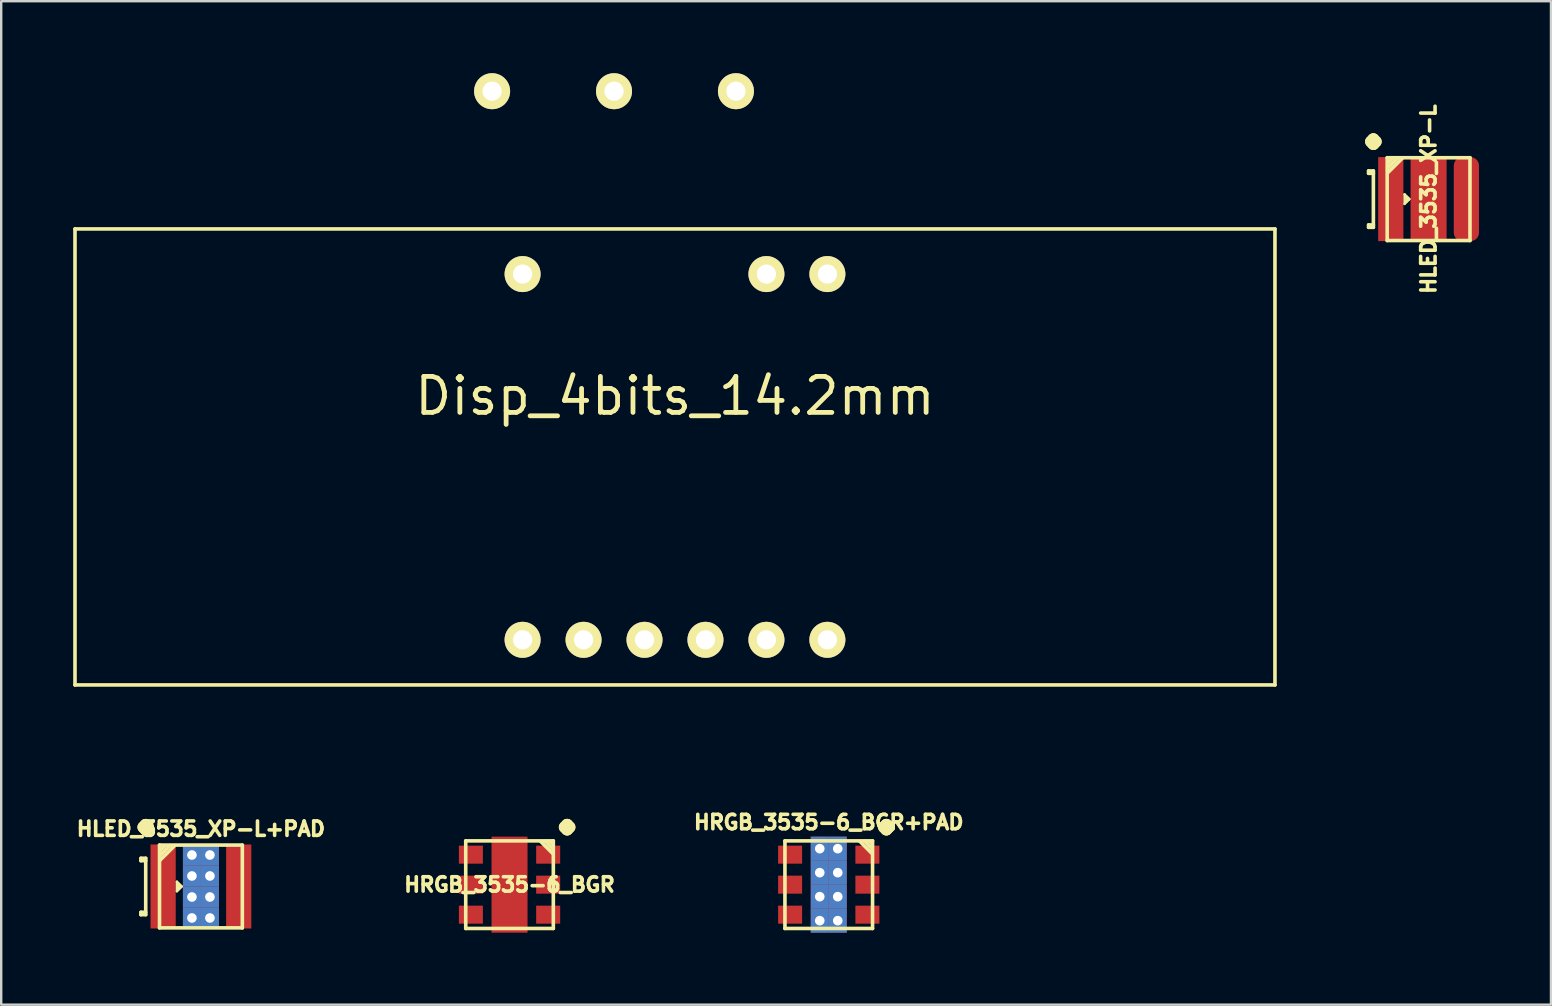
<source format=kicad_pcb>
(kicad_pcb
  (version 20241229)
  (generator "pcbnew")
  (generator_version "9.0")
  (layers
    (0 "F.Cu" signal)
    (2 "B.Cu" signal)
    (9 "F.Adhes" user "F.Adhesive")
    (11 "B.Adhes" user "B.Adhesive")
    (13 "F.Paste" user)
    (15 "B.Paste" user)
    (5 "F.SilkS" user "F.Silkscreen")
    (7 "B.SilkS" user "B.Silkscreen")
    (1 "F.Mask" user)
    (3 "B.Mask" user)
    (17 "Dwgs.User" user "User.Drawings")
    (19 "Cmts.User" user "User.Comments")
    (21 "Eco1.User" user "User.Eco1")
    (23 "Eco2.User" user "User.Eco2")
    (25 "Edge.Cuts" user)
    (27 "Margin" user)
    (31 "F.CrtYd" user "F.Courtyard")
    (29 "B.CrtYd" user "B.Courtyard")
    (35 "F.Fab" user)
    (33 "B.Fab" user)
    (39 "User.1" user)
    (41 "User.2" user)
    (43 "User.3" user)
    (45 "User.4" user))
  (footprint "HLED_3535_XP-L+PAD"
    (layer "F.Cu")
    (at 5.322 33.888)
    (property "Reference" "HLED_3535_XP-L+PAD" (at 0 -2.4 0) (layer "F.SilkS") (effects (font (size 0.6 0.6) (thickness 0.15))))
    (attr through_hole)
    (fp_line (start -2.5 -1.175) (end -2.3 -1.175) (stroke (width 0.15) (type default)) (layer "F.SilkS"))
    (fp_line (start -2.5 -1.075) (end -2.5 -1.175) (stroke (width 0.15) (type default)) (layer "F.SilkS"))
    (fp_line (start -2.5 1.075) (end -2.3 1.075) (stroke (width 0.15) (type default)) (layer "F.SilkS"))
    (fp_line (start -2.5 1.175) (end -2.5 1.075) (stroke (width 0.15) (type default)) (layer "F.SilkS"))
    (fp_line (start -2.3 -1.075) (end -2.5 -1.075) (stroke (width 0.15) (type default)) (layer "F.SilkS"))
    (fp_line (start -2.3 1.175) (end -2.5 1.175) (stroke (width 0.15) (type default)) (layer "F.SilkS"))
    (fp_line (start -2.3 1.175) (end -2.3 -1.175) (stroke (width 0.15) (type default)) (layer "F.SilkS"))
    (fp_line (start -1.725 -1.725) (end 1.725 -1.725) (stroke (width 0.15) (type solid)) (layer "F.SilkS"))
    (fp_line (start -1.725 1.725) (end -1.725 -1.725) (stroke (width 0.15) (type solid)) (layer "F.SilkS"))
    (fp_line (start -1.5 -1.7) (end -1.7 -1.5) (stroke (width 0.15) (type solid)) (layer "F.SilkS"))
    (fp_line (start -1.3 -1.7) (end -1.7 -1.3) (stroke (width 0.15) (type solid)) (layer "F.SilkS"))
    (fp_line (start -1.1 -1.7) (end -1.7 -1.1) (stroke (width 0.15) (type solid)) (layer "F.SilkS"))
    (fp_line (start -1 -0.2) (end -0.8 0) (stroke (width 0.1) (type default)) (layer "F.SilkS"))
    (fp_line (start -1 0.2) (end -1 -0.2) (stroke (width 0.1) (type default)) (layer "F.SilkS"))
    (fp_line (start -0.95 -0.1) (end -0.85 0) (stroke (width 0.15) (type default)) (layer "F.SilkS"))
    (fp_line (start -0.85 0) (end -0.95 0.1) (stroke (width 0.15) (type default)) (layer "F.SilkS"))
    (fp_line (start -0.8 0) (end -1 0.2) (stroke (width 0.1) (type default)) (layer "F.SilkS"))
    (fp_line (start 1.725 -1.725) (end 1.725 1.725) (stroke (width 0.15) (type solid)) (layer "F.SilkS"))
    (fp_line (start 1.725 1.725) (end -1.725 1.725) (stroke (width 0.15) (type solid)) (layer "F.SilkS"))
    (fp_text user "." (at -2.3 -3.275 0) (layer "F.SilkS") (effects (font (size 2 2) (thickness 0.5))))
    (pad "A" smd rect (at -1.575 0) (size 1.05 3.5) (layers "F.Cu" "F.Mask" "F.Paste"))
    (pad "C" smd rect (at 1.575 0) (size 1.05 3.5) (layers "F.Cu" "F.Mask" "F.Paste"))
    (pad "PAD" thru_hole rect (at -0.375 -1.312) (size 0.75 0.875) (drill 0.4) (layers "*.Cu" "*.Mask" "F.Paste"))
    (pad "PAD" thru_hole rect (at -0.375 -0.438) (size 0.75 0.875) (drill 0.4) (layers "*.Cu" "*.Mask" "F.Paste"))
    (pad "PAD" thru_hole rect (at -0.375 0.438) (size 0.75 0.875) (drill 0.4) (layers "*.Cu" "*.Mask" "F.Paste"))
    (pad "PAD" thru_hole rect (at -0.375 1.312) (size 0.75 0.875) (drill 0.4) (layers "*.Cu" "*.Mask" "F.Paste"))
    (pad "PAD" thru_hole rect (at 0.375 -1.312) (size 0.75 0.875) (drill 0.4) (layers "*.Cu" "*.Mask" "F.Paste"))
    (pad "PAD" thru_hole rect (at 0.375 -0.438) (size 0.75 0.875) (drill 0.4) (layers "*.Cu" "*.Mask" "F.Paste"))
    (pad "PAD" thru_hole rect (at 0.375 0.438) (size 0.75 0.875) (drill 0.4) (layers "*.Cu" "*.Mask" "F.Paste"))
    (pad "PAD" thru_hole rect (at 0.375 1.312) (size 0.75 0.875) (drill 0.4) (layers "*.Cu" "*.Mask" "F.Paste")))
  (footprint "HLED_3535_XP-L"
    (layer "F.Cu")
    (at 56.476 5.247)
    (property "Reference" "HLED_3535_XP-L" (at 0 0 90) (layer "F.SilkS") (effects (font (size 0.6 0.6) (thickness 0.15))))
    (attr through_hole)
    (fp_line (start -2.5 -1.175) (end -2.3 -1.175) (stroke (width 0.15) (type default)) (layer "F.SilkS"))
    (fp_line (start -2.5 -1.075) (end -2.5 -1.175) (stroke (width 0.15) (type default)) (layer "F.SilkS"))
    (fp_line (start -2.5 1.075) (end -2.3 1.075) (stroke (width 0.15) (type default)) (layer "F.SilkS"))
    (fp_line (start -2.5 1.175) (end -2.5 1.075) (stroke (width 0.15) (type default)) (layer "F.SilkS"))
    (fp_line (start -2.3 -1.075) (end -2.5 -1.075) (stroke (width 0.15) (type default)) (layer "F.SilkS"))
    (fp_line (start -2.3 1.175) (end -2.5 1.175) (stroke (width 0.15) (type default)) (layer "F.SilkS"))
    (fp_line (start -2.3 1.175) (end -2.3 -1.175) (stroke (width 0.15) (type default)) (layer "F.SilkS"))
    (fp_line (start -1.725 -1.725) (end 1.725 -1.725) (stroke (width 0.15) (type solid)) (layer "F.SilkS"))
    (fp_line (start -1.725 1.725) (end -1.725 -1.725) (stroke (width 0.15) (type solid)) (layer "F.SilkS"))
    (fp_line (start -1.5 -1.7) (end -1.7 -1.5) (stroke (width 0.15) (type solid)) (layer "F.SilkS"))
    (fp_line (start -1.3 -1.7) (end -1.7 -1.3) (stroke (width 0.15) (type solid)) (layer "F.SilkS"))
    (fp_line (start -1.1 -1.7) (end -1.7 -1.1) (stroke (width 0.15) (type solid)) (layer "F.SilkS"))
    (fp_line (start -1 -0.2) (end -0.8 0) (stroke (width 0.1) (type default)) (layer "F.SilkS"))
    (fp_line (start -1 0.2) (end -1 -0.2) (stroke (width 0.1) (type default)) (layer "F.SilkS"))
    (fp_line (start -0.95 -0.1) (end -0.85 0) (stroke (width 0.15) (type default)) (layer "F.SilkS"))
    (fp_line (start -0.85 0) (end -0.95 0.1) (stroke (width 0.15) (type default)) (layer "F.SilkS"))
    (fp_line (start -0.8 0) (end -1 0.2) (stroke (width 0.1) (type default)) (layer "F.SilkS"))
    (fp_line (start 1.725 -1.725) (end 1.725 1.725) (stroke (width 0.15) (type solid)) (layer "F.SilkS"))
    (fp_line (start 1.725 1.725) (end -1.725 1.725) (stroke (width 0.15) (type solid)) (layer "F.SilkS"))
    (fp_text user "." (at -2.3 -3.2 0) (layer "F.SilkS") (effects (font (size 2 2) (thickness 0.5))))
    (pad "A" smd rect (at -1.575 0) (size 1.05 3.5) (layers "F.Cu" "F.Mask" "F.Paste"))
    (pad "C" smd roundrect (at 1.575 0) (size 1.05 3.5) (layers "F.Cu" "F.Mask" "F.Paste") (roundrect_rratio 0.333))
    (pad "PAD" smd rect (at 0 0) (size 1.5 3.5) (layers "F.Cu" "F.Mask" "F.Paste")))
  (footprint "HRGB_3535-6_BGR"
    (layer "F.Cu")
    (at 18.181 33.812)
    (property "Reference" "HRGB_3535-6_BGR" (at 0 0 0) (layer "F.SilkS") (effects (font (size 0.6 0.6) (thickness 0.15))))
    (attr through_hole)
    (fp_line (start -1.825 -1.825) (end 1.825 -1.825) (stroke (width 0.15) (type solid)) (layer "F.SilkS"))
    (fp_line (start -1.825 1.825) (end -1.825 -1.825) (stroke (width 0.15) (type solid)) (layer "F.SilkS"))
    (fp_line (start 1.3 -1.8) (end 1.8 -1.3) (stroke (width 0.15) (type solid)) (layer "F.SilkS"))
    (fp_line (start 1.5 -1.8) (end 1.8 -1.5) (stroke (width 0.15) (type solid)) (layer "F.SilkS"))
    (fp_line (start 1.7 -1.8) (end 1.8 -1.7) (stroke (width 0.15) (type solid)) (layer "F.SilkS"))
    (fp_line (start 1.825 -1.825) (end 1.825 1.825) (stroke (width 0.15) (type solid)) (layer "F.SilkS"))
    (fp_line (start 1.825 1.825) (end -1.825 1.825) (stroke (width 0.15) (type solid)) (layer "F.SilkS"))
    (fp_text user "." (at 2.4 -3.2 0) (layer "F.SilkS") (effects (font (size 2 2) (thickness 0.5))))
    (pad "BA" smd rect (at -1.61 -1.25) (size 1 0.75) (layers "F.Cu" "F.Mask" "F.Paste"))
    (pad "BC" smd rect (at 1.61 -1.25) (size 1 0.75) (layers "F.Cu" "F.Mask" "F.Paste"))
    (pad "GA" smd rect (at -1.61 0) (size 1 0.75) (layers "F.Cu" "F.Mask" "F.Paste"))
    (pad "GC" smd rect (at 1.61 0) (size 1 0.75) (layers "F.Cu" "F.Mask" "F.Paste"))
    (pad "PAD" smd rect (at 0 0) (size 1.5 4) (layers "F.Cu" "F.Mask" "F.Paste"))
    (pad "RA" smd rect (at -1.61 1.25) (size 1 0.75) (layers "F.Cu" "F.Mask" "F.Paste"))
    (pad "RC" smd rect (at 1.61 1.25) (size 1 0.75) (layers "F.Cu" "F.Mask" "F.Paste")))
  (footprint "HRGB_3535-6_BGR+PAD"
    (layer "F.Cu")
    (at 31.482 33.812)
    (property "Reference" "HRGB_3535-6_BGR+PAD" (at 0 -2.6 0) (layer "F.SilkS") (effects (font (size 0.6 0.6) (thickness 0.15))))
    (attr through_hole)
    (fp_line (start -1.825 -1.825) (end 1.825 -1.825) (stroke (width 0.15) (type solid)) (layer "F.SilkS"))
    (fp_line (start -1.825 1.825) (end -1.825 -1.825) (stroke (width 0.15) (type solid)) (layer "F.SilkS"))
    (fp_line (start 1.3 -1.8) (end 1.8 -1.3) (stroke (width 0.15) (type solid)) (layer "F.SilkS"))
    (fp_line (start 1.5 -1.8) (end 1.8 -1.5) (stroke (width 0.15) (type solid)) (layer "F.SilkS"))
    (fp_line (start 1.7 -1.8) (end 1.8 -1.7) (stroke (width 0.15) (type solid)) (layer "F.SilkS"))
    (fp_line (start 1.825 -1.825) (end 1.825 1.825) (stroke (width 0.15) (type solid)) (layer "F.SilkS"))
    (fp_line (start 1.825 1.825) (end -1.825 1.825) (stroke (width 0.15) (type solid)) (layer "F.SilkS"))
    (fp_text user "." (at 2.4 -3.2 0) (layer "F.SilkS") (effects (font (size 2 2) (thickness 0.5))))
    (pad "BA" smd rect (at -1.61 -1.25) (size 1 0.75) (layers "F.Cu" "F.Mask" "F.Paste"))
    (pad "BC" smd rect (at 1.61 -1.25) (size 1 0.75) (layers "F.Cu" "F.Mask" "F.Paste"))
    (pad "GA" smd rect (at -1.61 0) (size 1 0.75) (layers "F.Cu" "F.Mask" "F.Paste"))
    (pad "GC" smd rect (at 1.61 0) (size 1 0.75) (layers "F.Cu" "F.Mask" "F.Paste"))
    (pad "PAD" thru_hole rect (at -0.375 -1.5) (size 0.75 1) (drill 0.4) (layers "*.Cu" "*.Mask" "F.Paste"))
    (pad "PAD" thru_hole rect (at -0.375 -0.5) (size 0.75 1) (drill 0.4) (layers "*.Cu" "*.Mask" "F.Paste"))
    (pad "PAD" thru_hole rect (at -0.375 0.5) (size 0.75 1) (drill 0.4) (layers "*.Cu" "*.Mask" "F.Paste"))
    (pad "PAD" thru_hole rect (at -0.375 1.5) (size 0.75 1) (drill 0.4) (layers "*.Cu" "*.Mask" "F.Paste"))
    (pad "PAD" thru_hole rect (at 0.375 -1.5) (size 0.75 1) (drill 0.4) (layers "*.Cu" "*.Mask" "F.Paste"))
    (pad "PAD" thru_hole rect (at 0.375 -0.5) (size 0.75 1) (drill 0.4) (layers "*.Cu" "*.Mask" "F.Paste"))
    (pad "PAD" thru_hole rect (at 0.375 0.5) (size 0.75 1) (drill 0.4) (layers "*.Cu" "*.Mask" "F.Paste"))
    (pad "PAD" thru_hole rect (at 0.375 1.5) (size 0.75 1) (drill 0.4) (layers "*.Cu" "*.Mask" "F.Paste"))
    (pad "RA" smd rect (at -1.61 1.25) (size 1 0.75) (layers "F.Cu" "F.Mask" "F.Paste"))
    (pad "RC" smd rect (at 1.61 1.25) (size 1 0.75) (layers "F.Cu" "F.Mask" "F.Paste")))
  (footprint "Disp_4bits_14.2mm"
    (layer "F.Cu")
    (at 25.075 15.99)
    (property "Reference" "Disp_4bits_14.2mm" (at 0 -2.54 0) (layer "F.SilkS") (effects (font (size 1.5 1.5) (thickness 0.2))))
    (attr smd)
    (fp_line (start -25 -9.5) (end 25 -9.5) (stroke (width 0.15) (type solid)) (layer "F.SilkS"))
    (fp_line (start -25 9.5) (end -25 -9.5) (stroke (width 0.15) (type solid)) (layer "F.SilkS"))
    (fp_line (start 25 -9.5) (end 25 9.5) (stroke (width 0.15) (type solid)) (layer "F.SilkS"))
    (fp_line (start 25 9.5) (end -25 9.5) (stroke (width 0.15) (type solid)) (layer "F.SilkS"))
    (pad "1" thru_hole circle (at -6.35 7.62) (size 1.5 1.5) (drill 0.8) (layers "*.Cu" "*.Mask" "F.SilkS"))
    (pad "2" thru_hole circle (at -3.81 7.62) (size 1.5 1.5) (drill 0.8) (layers "*.Cu" "*.Mask" "F.SilkS"))
    (pad "3" thru_hole circle (at -1.27 7.62) (size 1.5 1.5) (drill 0.8) (layers "*.Cu" "*.Mask" "F.SilkS"))
    (pad "4" thru_hole circle (at 1.27 7.62) (size 1.5 1.5) (drill 0.8) (layers "*.Cu" "*.Mask" "F.SilkS"))
    (pad "5" thru_hole circle (at 3.81 7.62) (size 1.5 1.5) (drill 0.8) (layers "*.Cu" "*.Mask" "F.SilkS"))
    (pad "6" thru_hole circle (at 6.35 7.62) (size 1.5 1.5) (drill 0.8) (layers "*.Cu" "*.Mask" "F.SilkS"))
    (pad "7" thru_hole circle (at 6.35 -7.62) (size 1.5 1.5) (drill 0.8) (layers "*.Cu" "*.Mask" "F.SilkS"))
    (pad "8" thru_hole circle (at 3.81 -7.62) (size 1.5 1.5) (drill 0.8) (layers "*.Cu" "*.Mask" "F.SilkS"))
    (pad "9" thru_hole circle (at 2.54 -15.24) (size 1.5 1.5) (drill 0.8) (layers "*.Cu" "*.Mask" "F.SilkS"))
    (pad "10" thru_hole circle (at -2.54 -15.24) (size 1.5 1.5) (drill 0.8) (layers "*.Cu" "*.Mask" "F.SilkS"))
    (pad "11" thru_hole circle (at -7.62 -15.24) (size 1.5 1.5) (drill 0.8) (layers "*.Cu" "*.Mask" "F.SilkS"))
    (pad "12" thru_hole circle (at -6.35 -7.62) (size 1.5 1.5) (drill 0.8) (layers "*.Cu" "*.Mask" "F.SilkS")))
  (gr_rect
    (start -3 -3)
    (end 61.576 38.812)
    (stroke (width 0.1) (type default))
    (fill no)
    (layer "Edge.Cuts")))
</source>
